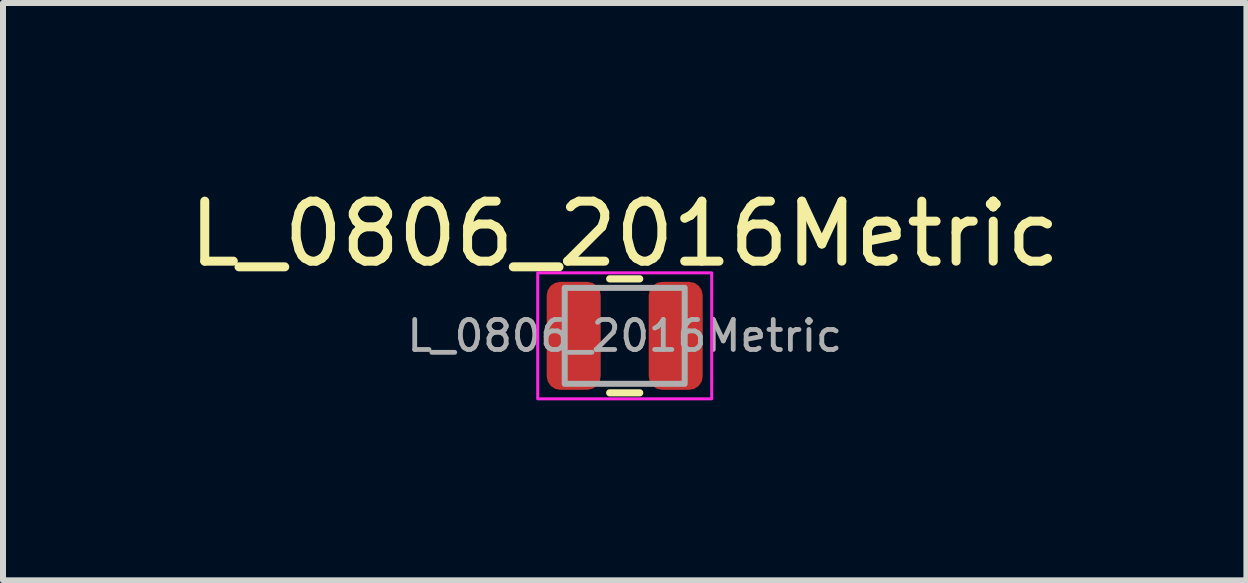
<source format=kicad_pcb>
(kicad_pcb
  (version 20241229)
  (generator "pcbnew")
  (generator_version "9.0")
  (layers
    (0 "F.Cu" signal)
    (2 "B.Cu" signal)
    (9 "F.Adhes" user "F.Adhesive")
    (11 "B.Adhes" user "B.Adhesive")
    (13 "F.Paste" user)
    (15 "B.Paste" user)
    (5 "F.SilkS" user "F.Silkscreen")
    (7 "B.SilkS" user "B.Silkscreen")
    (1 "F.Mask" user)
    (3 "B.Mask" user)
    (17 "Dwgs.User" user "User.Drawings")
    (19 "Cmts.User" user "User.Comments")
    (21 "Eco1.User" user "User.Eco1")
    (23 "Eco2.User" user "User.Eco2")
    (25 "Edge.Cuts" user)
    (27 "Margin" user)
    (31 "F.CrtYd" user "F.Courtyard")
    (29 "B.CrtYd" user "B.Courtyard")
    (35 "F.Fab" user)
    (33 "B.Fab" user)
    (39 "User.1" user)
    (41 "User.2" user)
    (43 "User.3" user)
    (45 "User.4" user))
  (footprint "L_0806_2016Metric"
    (layer "F.Cu")
    (at 7.363 2.548)
    (property "Reference" "L_0806_2016Metric" (at 0 -1.7 0) (layer "F.SilkS") (effects (font (size 1 1) (thickness 0.15))))
    (attr smd)
    (fp_line (start -0.25 -0.95) (end 0.25 -0.95) (stroke (width 0.12) (type solid)) (layer "F.SilkS"))
    (fp_line (start -0.25 0.95) (end 0.25 0.95) (stroke (width 0.12) (type solid)) (layer "F.SilkS"))
    (fp_rect (start -1.45 -1.05) (end 1.45 1.05) (stroke (width 0.05) (type solid)) (fill no) (layer "F.CrtYd"))
    (fp_rect (start -1 -0.8) (end 1 0.8) (stroke (width 0.1) (type solid)) (fill no) (layer "F.Fab"))
    (fp_text user "${REFERENCE}" (at 0 0 0) (layer "F.Fab") (effects (font (size 0.5 0.5) (thickness 0.08))))
    (pad "1" smd roundrect (at -0.85 0) (size 0.9 1.8) (layers "F.Cu" "F.Mask" "F.Paste") (roundrect_rratio 0.25))
    (pad "2" smd roundrect (at 0.85 0) (size 0.9 1.8) (layers "F.Cu" "F.Mask" "F.Paste") (roundrect_rratio 0.25)))
  (gr_rect
    (start -3 -3)
    (end 17.726 6.623)
    (stroke (width 0.1) (type default))
    (fill no)
    (layer "Edge.Cuts")))
</source>
